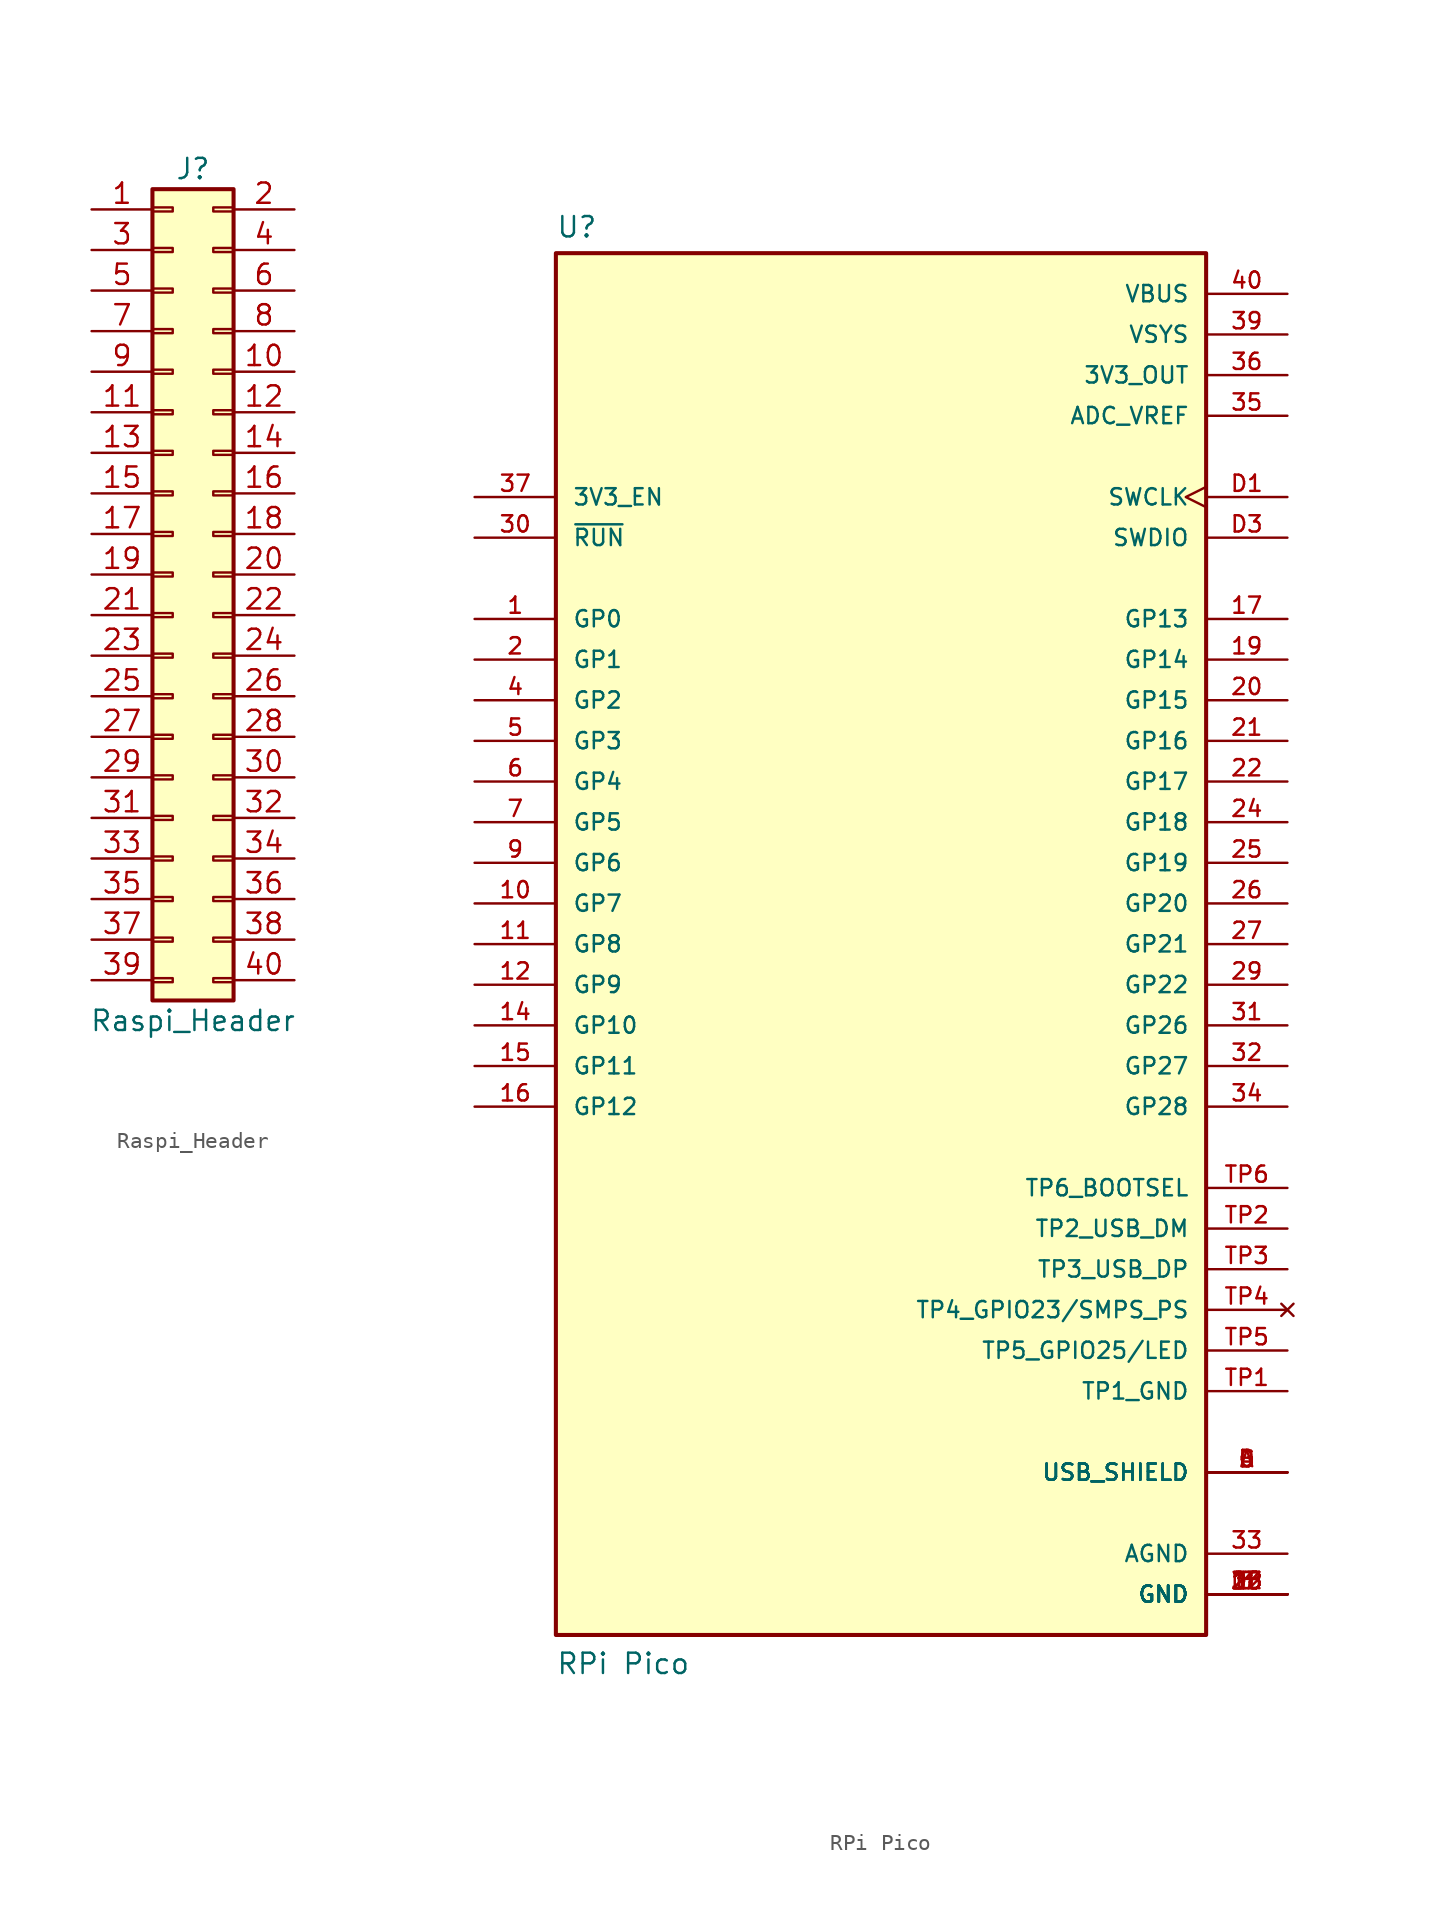
<source format=kicad_sym>
(kicad_symbol_lib
  (version 20231120)
  (generator "kicad_symbol_editor")
  (generator_version "8.0")
  (symbol "Raspi_Header"
    (pin_names
      (offset 1.016) hide)
    (property "Reference" "J"
      (at 1.27 25.4 0)
      (effects (font (size 1.27 1.27))))
    (property "Value" "Raspi_Header"
      (at 1.27 -27.94 0)
      (effects (font (size 1.27 1.27))))
    (symbol "Raspi_Header_1_1"
      (rectangle (start -1.27 -25.273) (end 0 -25.527) (stroke (width 0.152) (type default)) (fill (type none)))
      (rectangle (start -1.27 -22.733) (end 0 -22.987) (stroke (width 0.152) (type default)) (fill (type none)))
      (rectangle (start -1.27 -20.193) (end 0 -20.447) (stroke (width 0.152) (type default)) (fill (type none)))
      (rectangle (start -1.27 -17.653) (end 0 -17.907) (stroke (width 0.152) (type default)) (fill (type none)))
      (rectangle (start -1.27 -15.113) (end 0 -15.367) (stroke (width 0.152) (type default)) (fill (type none)))
      (rectangle (start -1.27 -12.573) (end 0 -12.827) (stroke (width 0.152) (type default)) (fill (type none)))
      (rectangle (start -1.27 -10.033) (end 0 -10.287) (stroke (width 0.152) (type default)) (fill (type none)))
      (rectangle (start -1.27 -7.493) (end 0 -7.747) (stroke (width 0.152) (type default)) (fill (type none)))
      (rectangle (start -1.27 -4.953) (end 0 -5.207) (stroke (width 0.152) (type default)) (fill (type none)))
      (rectangle (start -1.27 -2.413) (end 0 -2.667) (stroke (width 0.152) (type default)) (fill (type none)))
      (rectangle (start -1.27 0.127) (end 0 -0.127) (stroke (width 0.152) (type default)) (fill (type none)))
      (rectangle (start -1.27 2.667) (end 0 2.413) (stroke (width 0.152) (type default)) (fill (type none)))
      (rectangle (start -1.27 5.207) (end 0 4.953) (stroke (width 0.152) (type default)) (fill (type none)))
      (rectangle (start -1.27 7.747) (end 0 7.493) (stroke (width 0.152) (type default)) (fill (type none)))
      (rectangle (start -1.27 10.287) (end 0 10.033) (stroke (width 0.152) (type default)) (fill (type none)))
      (rectangle (start -1.27 12.827) (end 0 12.573) (stroke (width 0.152) (type default)) (fill (type none)))
      (rectangle (start -1.27 15.367) (end 0 15.113) (stroke (width 0.152) (type default)) (fill (type none)))
      (rectangle (start -1.27 17.907) (end 0 17.653) (stroke (width 0.152) (type default)) (fill (type none)))
      (rectangle (start -1.27 20.447) (end 0 20.193) (stroke (width 0.152) (type default)) (fill (type none)))
      (rectangle (start -1.27 22.987) (end 0 22.733) (stroke (width 0.152) (type default)) (fill (type none)))
      (rectangle (start -1.27 24.13) (end 3.81 -26.67) (stroke (width 0.254) (type default)) (fill (type background)))
      (rectangle (start 3.81 -25.273) (end 2.54 -25.527) (stroke (width 0.152) (type default)) (fill (type none)))
      (rectangle (start 3.81 -22.733) (end 2.54 -22.987) (stroke (width 0.152) (type default)) (fill (type none)))
      (rectangle (start 3.81 -20.193) (end 2.54 -20.447) (stroke (width 0.152) (type default)) (fill (type none)))
      (rectangle (start 3.81 -17.653) (end 2.54 -17.907) (stroke (width 0.152) (type default)) (fill (type none)))
      (rectangle (start 3.81 -15.113) (end 2.54 -15.367) (stroke (width 0.152) (type default)) (fill (type none)))
      (rectangle (start 3.81 -12.573) (end 2.54 -12.827) (stroke (width 0.152) (type default)) (fill (type none)))
      (rectangle (start 3.81 -10.033) (end 2.54 -10.287) (stroke (width 0.152) (type default)) (fill (type none)))
      (rectangle (start 3.81 -7.493) (end 2.54 -7.747) (stroke (width 0.152) (type default)) (fill (type none)))
      (rectangle (start 3.81 -4.953) (end 2.54 -5.207) (stroke (width 0.152) (type default)) (fill (type none)))
      (rectangle (start 3.81 -2.413) (end 2.54 -2.667) (stroke (width 0.152) (type default)) (fill (type none)))
      (rectangle (start 3.81 0.127) (end 2.54 -0.127) (stroke (width 0.152) (type default)) (fill (type none)))
      (rectangle (start 3.81 2.667) (end 2.54 2.413) (stroke (width 0.152) (type default)) (fill (type none)))
      (rectangle (start 3.81 5.207) (end 2.54 4.953) (stroke (width 0.152) (type default)) (fill (type none)))
      (rectangle (start 3.81 7.747) (end 2.54 7.493) (stroke (width 0.152) (type default)) (fill (type none)))
      (rectangle (start 3.81 10.287) (end 2.54 10.033) (stroke (width 0.152) (type default)) (fill (type none)))
      (rectangle (start 3.81 12.827) (end 2.54 12.573) (stroke (width 0.152) (type default)) (fill (type none)))
      (rectangle (start 3.81 15.367) (end 2.54 15.113) (stroke (width 0.152) (type default)) (fill (type none)))
      (rectangle (start 3.81 17.907) (end 2.54 17.653) (stroke (width 0.152) (type default)) (fill (type none)))
      (rectangle (start 3.81 20.447) (end 2.54 20.193) (stroke (width 0.152) (type default)) (fill (type none)))
      (rectangle (start 3.81 22.987) (end 2.54 22.733) (stroke (width 0.152) (type default)) (fill (type none)))
      (pin passive line (at -5.08 22.86 0) (length 3.81) (name "Pin_1" (effects (font (size 1.27 1.27)))) (number "1" (effects (font (size 1.27 1.27)))))
      (pin passive line (at 7.62 12.7 180) (length 3.81) (name "Pin_10" (effects (font (size 1.27 1.27)))) (number "10" (effects (font (size 1.27 1.27)))))
      (pin passive line (at -5.08 10.16 0) (length 3.81) (name "Pin_11" (effects (font (size 1.27 1.27)))) (number "11" (effects (font (size 1.27 1.27)))))
      (pin passive line (at 7.62 10.16 180) (length 3.81) (name "Pin_12" (effects (font (size 1.27 1.27)))) (number "12" (effects (font (size 1.27 1.27)))))
      (pin passive line (at -5.08 7.62 0) (length 3.81) (name "Pin_13" (effects (font (size 1.27 1.27)))) (number "13" (effects (font (size 1.27 1.27)))))
      (pin passive line (at 7.62 7.62 180) (length 3.81) (name "Pin_14" (effects (font (size 1.27 1.27)))) (number "14" (effects (font (size 1.27 1.27)))))
      (pin passive line (at -5.08 5.08 0) (length 3.81) (name "Pin_15" (effects (font (size 1.27 1.27)))) (number "15" (effects (font (size 1.27 1.27)))))
      (pin passive line (at 7.62 5.08 180) (length 3.81) (name "Pin_16" (effects (font (size 1.27 1.27)))) (number "16" (effects (font (size 1.27 1.27)))))
      (pin passive line (at -5.08 2.54 0) (length 3.81) (name "Pin_17" (effects (font (size 1.27 1.27)))) (number "17" (effects (font (size 1.27 1.27)))))
      (pin passive line (at 7.62 2.54 180) (length 3.81) (name "Pin_18" (effects (font (size 1.27 1.27)))) (number "18" (effects (font (size 1.27 1.27)))))
      (pin passive line (at -5.08 0 0) (length 3.81) (name "Pin_19" (effects (font (size 1.27 1.27)))) (number "19" (effects (font (size 1.27 1.27)))))
      (pin passive line (at 7.62 22.86 180) (length 3.81) (name "Pin_2" (effects (font (size 1.27 1.27)))) (number "2" (effects (font (size 1.27 1.27)))))
      (pin passive line (at 7.62 0 180) (length 3.81) (name "Pin_20" (effects (font (size 1.27 1.27)))) (number "20" (effects (font (size 1.27 1.27)))))
      (pin passive line (at -5.08 -2.54 0) (length 3.81) (name "Pin_21" (effects (font (size 1.27 1.27)))) (number "21" (effects (font (size 1.27 1.27)))))
      (pin passive line (at 7.62 -2.54 180) (length 3.81) (name "Pin_22" (effects (font (size 1.27 1.27)))) (number "22" (effects (font (size 1.27 1.27)))))
      (pin passive line (at -5.08 -5.08 0) (length 3.81) (name "Pin_23" (effects (font (size 1.27 1.27)))) (number "23" (effects (font (size 1.27 1.27)))))
      (pin passive line (at 7.62 -5.08 180) (length 3.81) (name "Pin_24" (effects (font (size 1.27 1.27)))) (number "24" (effects (font (size 1.27 1.27)))))
      (pin passive line (at -5.08 -7.62 0) (length 3.81) (name "Pin_25" (effects (font (size 1.27 1.27)))) (number "25" (effects (font (size 1.27 1.27)))))
      (pin passive line (at 7.62 -7.62 180) (length 3.81) (name "Pin_26" (effects (font (size 1.27 1.27)))) (number "26" (effects (font (size 1.27 1.27)))))
      (pin passive line (at -5.08 -10.16 0) (length 3.81) (name "Pin_27" (effects (font (size 1.27 1.27)))) (number "27" (effects (font (size 1.27 1.27)))))
      (pin passive line (at 7.62 -10.16 180) (length 3.81) (name "Pin_28" (effects (font (size 1.27 1.27)))) (number "28" (effects (font (size 1.27 1.27)))))
      (pin passive line (at -5.08 -12.7 0) (length 3.81) (name "Pin_29" (effects (font (size 1.27 1.27)))) (number "29" (effects (font (size 1.27 1.27)))))
      (pin passive line (at -5.08 20.32 0) (length 3.81) (name "Pin_3" (effects (font (size 1.27 1.27)))) (number "3" (effects (font (size 1.27 1.27)))))
      (pin passive line (at 7.62 -12.7 180) (length 3.81) (name "Pin_30" (effects (font (size 1.27 1.27)))) (number "30" (effects (font (size 1.27 1.27)))))
      (pin passive line (at -5.08 -15.24 0) (length 3.81) (name "Pin_31" (effects (font (size 1.27 1.27)))) (number "31" (effects (font (size 1.27 1.27)))))
      (pin passive line (at 7.62 -15.24 180) (length 3.81) (name "Pin_32" (effects (font (size 1.27 1.27)))) (number "32" (effects (font (size 1.27 1.27)))))
      (pin passive line (at -5.08 -17.78 0) (length 3.81) (name "Pin_33" (effects (font (size 1.27 1.27)))) (number "33" (effects (font (size 1.27 1.27)))))
      (pin passive line (at 7.62 -17.78 180) (length 3.81) (name "Pin_34" (effects (font (size 1.27 1.27)))) (number "34" (effects (font (size 1.27 1.27)))))
      (pin passive line (at -5.08 -20.32 0) (length 3.81) (name "Pin_35" (effects (font (size 1.27 1.27)))) (number "35" (effects (font (size 1.27 1.27)))))
      (pin passive line (at 7.62 -20.32 180) (length 3.81) (name "Pin_36" (effects (font (size 1.27 1.27)))) (number "36" (effects (font (size 1.27 1.27)))))
      (pin passive line (at -5.08 -22.86 0) (length 3.81) (name "Pin_37" (effects (font (size 1.27 1.27)))) (number "37" (effects (font (size 1.27 1.27)))))
      (pin passive line (at 7.62 -22.86 180) (length 3.81) (name "Pin_38" (effects (font (size 1.27 1.27)))) (number "38" (effects (font (size 1.27 1.27)))))
      (pin passive line (at -5.08 -25.4 0) (length 3.81) (name "Pin_39" (effects (font (size 1.27 1.27)))) (number "39" (effects (font (size 1.27 1.27)))))
      (pin passive line (at 7.62 20.32 180) (length 3.81) (name "Pin_4" (effects (font (size 1.27 1.27)))) (number "4" (effects (font (size 1.27 1.27)))))
      (pin passive line (at 7.62 -25.4 180) (length 3.81) (name "Pin_40" (effects (font (size 1.27 1.27)))) (number "40" (effects (font (size 1.27 1.27)))))
      (pin passive line (at -5.08 17.78 0) (length 3.81) (name "Pin_5" (effects (font (size 1.27 1.27)))) (number "5" (effects (font (size 1.27 1.27)))))
      (pin passive line (at 7.62 17.78 180) (length 3.81) (name "Pin_6" (effects (font (size 1.27 1.27)))) (number "6" (effects (font (size 1.27 1.27)))))
      (pin passive line (at -5.08 15.24 0) (length 3.81) (name "Pin_7" (effects (font (size 1.27 1.27)))) (number "7" (effects (font (size 1.27 1.27)))))
      (pin passive line (at 7.62 15.24 180) (length 3.81) (name "Pin_8" (effects (font (size 1.27 1.27)))) (number "8" (effects (font (size 1.27 1.27)))))
      (pin passive line (at -5.08 12.7 0) (length 3.81) (name "Pin_9" (effects (font (size 1.27 1.27)))) (number "9" (effects (font (size 1.27 1.27)))))))
  (symbol "RPi Pico"
    (pin_names
      (offset 1.016))
    (property "Reference" "U"
      (at -20.32 44.069 0)
      (effects (font (size 1.27 1.27)) (justify left bottom)))
    (property "Value" "RPi Pico"
      (at -20.32 -45.72 0)
      (effects (font (size 1.27 1.27)) (justify left bottom)))
    (symbol "RPi Pico_0_0"
      (rectangle (start -20.32 43.18) (end 20.32 -43.18) (stroke (width 0.254) (type default)) (fill (type background)))
      (pin bidirectional line (at -25.4 20.32 0) (length 5.08) (name "GP0" (effects (font (size 1.016 1.016)))) (number "1" (effects (font (size 1.016 1.016)))))
      (pin bidirectional line (at -25.4 2.54 0) (length 5.08) (name "GP7" (effects (font (size 1.016 1.016)))) (number "10" (effects (font (size 1.016 1.016)))))
      (pin bidirectional line (at -25.4 0 0) (length 5.08) (name "GP8" (effects (font (size 1.016 1.016)))) (number "11" (effects (font (size 1.016 1.016)))))
      (pin bidirectional line (at -25.4 -2.54 0) (length 5.08) (name "GP9" (effects (font (size 1.016 1.016)))) (number "12" (effects (font (size 1.016 1.016)))))
      (pin power_in line (at 25.4 -40.64 180) (length 5.08) (name "GND" (effects (font (size 1.016 1.016)))) (number "13" (effects (font (size 1.016 1.016)))))
      (pin bidirectional line (at -25.4 -5.08 0) (length 5.08) (name "GP10" (effects (font (size 1.016 1.016)))) (number "14" (effects (font (size 1.016 1.016)))))
      (pin bidirectional line (at -25.4 -7.62 0) (length 5.08) (name "GP11" (effects (font (size 1.016 1.016)))) (number "15" (effects (font (size 1.016 1.016)))))
      (pin bidirectional line (at -25.4 -10.16 0) (length 5.08) (name "GP12" (effects (font (size 1.016 1.016)))) (number "16" (effects (font (size 1.016 1.016)))))
      (pin bidirectional line (at 25.4 20.32 180) (length 5.08) (name "GP13" (effects (font (size 1.016 1.016)))) (number "17" (effects (font (size 1.016 1.016)))))
      (pin power_in line (at 25.4 -40.64 180) (length 5.08) (name "GND" (effects (font (size 1.016 1.016)))) (number "18" (effects (font (size 1.016 1.016)))))
      (pin bidirectional line (at 25.4 17.78 180) (length 5.08) (name "GP14" (effects (font (size 1.016 1.016)))) (number "19" (effects (font (size 1.016 1.016)))))
      (pin bidirectional line (at -25.4 17.78 0) (length 5.08) (name "GP1" (effects (font (size 1.016 1.016)))) (number "2" (effects (font (size 1.016 1.016)))))
      (pin bidirectional line (at 25.4 15.24 180) (length 5.08) (name "GP15" (effects (font (size 1.016 1.016)))) (number "20" (effects (font (size 1.016 1.016)))))
      (pin bidirectional line (at 25.4 12.7 180) (length 5.08) (name "GP16" (effects (font (size 1.016 1.016)))) (number "21" (effects (font (size 1.016 1.016)))))
      (pin bidirectional line (at 25.4 10.16 180) (length 5.08) (name "GP17" (effects (font (size 1.016 1.016)))) (number "22" (effects (font (size 1.016 1.016)))))
      (pin power_in line (at 25.4 -40.64 180) (length 5.08) (name "GND" (effects (font (size 1.016 1.016)))) (number "23" (effects (font (size 1.016 1.016)))))
      (pin bidirectional line (at 25.4 7.62 180) (length 5.08) (name "GP18" (effects (font (size 1.016 1.016)))) (number "24" (effects (font (size 1.016 1.016)))))
      (pin bidirectional line (at 25.4 5.08 180) (length 5.08) (name "GP19" (effects (font (size 1.016 1.016)))) (number "25" (effects (font (size 1.016 1.016)))))
      (pin bidirectional line (at 25.4 2.54 180) (length 5.08) (name "GP20" (effects (font (size 1.016 1.016)))) (number "26" (effects (font (size 1.016 1.016)))))
      (pin bidirectional line (at 25.4 0 180) (length 5.08) (name "GP21" (effects (font (size 1.016 1.016)))) (number "27" (effects (font (size 1.016 1.016)))))
      (pin power_in line (at 25.4 -40.64 180) (length 5.08) (name "GND" (effects (font (size 1.016 1.016)))) (number "28" (effects (font (size 1.016 1.016)))))
      (pin bidirectional line (at 25.4 -2.54 180) (length 5.08) (name "GP22" (effects (font (size 1.016 1.016)))) (number "29" (effects (font (size 1.016 1.016)))))
      (pin power_in line (at 25.4 -40.64 180) (length 5.08) (name "GND" (effects (font (size 1.016 1.016)))) (number "3" (effects (font (size 1.016 1.016)))))
      (pin input line (at -25.4 25.4 0) (length 5.08) (name "~{RUN}" (effects (font (size 1.016 1.016)))) (number "30" (effects (font (size 1.016 1.016)))))
      (pin bidirectional line (at 25.4 -5.08 180) (length 5.08) (name "GP26" (effects (font (size 1.016 1.016)))) (number "31" (effects (font (size 1.016 1.016)))))
      (pin bidirectional line (at 25.4 -7.62 180) (length 5.08) (name "GP27" (effects (font (size 1.016 1.016)))) (number "32" (effects (font (size 1.016 1.016)))))
      (pin power_in line (at 25.4 -38.1 180) (length 5.08) (name "AGND" (effects (font (size 1.016 1.016)))) (number "33" (effects (font (size 1.016 1.016)))))
      (pin bidirectional line (at 25.4 -10.16 180) (length 5.08) (name "GP28" (effects (font (size 1.016 1.016)))) (number "34" (effects (font (size 1.016 1.016)))))
      (pin power_in line (at 25.4 33.02 180) (length 5.08) (name "ADC_VREF" (effects (font (size 1.016 1.016)))) (number "35" (effects (font (size 1.016 1.016)))))
      (pin power_in line (at 25.4 35.56 180) (length 5.08) (name "3V3_OUT" (effects (font (size 1.016 1.016)))) (number "36" (effects (font (size 1.016 1.016)))))
      (pin input line (at -25.4 27.94 0) (length 5.08) (name "3V3_EN" (effects (font (size 1.016 1.016)))) (number "37" (effects (font (size 1.016 1.016)))))
      (pin power_in line (at 25.4 -40.64 180) (length 5.08) (name "GND" (effects (font (size 1.016 1.016)))) (number "38" (effects (font (size 1.016 1.016)))))
      (pin power_in line (at 25.4 38.1 180) (length 5.08) (name "VSYS" (effects (font (size 1.016 1.016)))) (number "39" (effects (font (size 1.016 1.016)))))
      (pin bidirectional line (at -25.4 15.24 0) (length 5.08) (name "GP2" (effects (font (size 1.016 1.016)))) (number "4" (effects (font (size 1.016 1.016)))))
      (pin power_in line (at 25.4 40.64 180) (length 5.08) (name "VBUS" (effects (font (size 1.016 1.016)))) (number "40" (effects (font (size 1.016 1.016)))))
      (pin bidirectional line (at -25.4 12.7 0) (length 5.08) (name "GP3" (effects (font (size 1.016 1.016)))) (number "5" (effects (font (size 1.016 1.016)))))
      (pin bidirectional line (at -25.4 10.16 0) (length 5.08) (name "GP4" (effects (font (size 1.016 1.016)))) (number "6" (effects (font (size 1.016 1.016)))))
      (pin bidirectional line (at -25.4 7.62 0) (length 5.08) (name "GP5" (effects (font (size 1.016 1.016)))) (number "7" (effects (font (size 1.016 1.016)))))
      (pin power_in line (at 25.4 -40.64 180) (length 5.08) (name "GND" (effects (font (size 1.016 1.016)))) (number "8" (effects (font (size 1.016 1.016)))))
      (pin bidirectional line (at -25.4 5.08 0) (length 5.08) (name "GP6" (effects (font (size 1.016 1.016)))) (number "9" (effects (font (size 1.016 1.016)))))
      (pin power_in line (at 25.4 -33.02 180) (length 5.08) (name "USB_SHIELD" (effects (font (size 1.016 1.016)))) (number "A" (effects (font (size 1.016 1.016)))))
      (pin power_in line (at 25.4 -33.02 180) (length 5.08) (name "USB_SHIELD" (effects (font (size 1.016 1.016)))) (number "B" (effects (font (size 1.016 1.016)))))
      (pin power_in line (at 25.4 -33.02 180) (length 5.08) (name "USB_SHIELD" (effects (font (size 1.016 1.016)))) (number "C" (effects (font (size 1.016 1.016)))))
      (pin power_in line (at 25.4 -33.02 180) (length 5.08) (name "USB_SHIELD" (effects (font (size 1.016 1.016)))) (number "D" (effects (font (size 1.016 1.016)))))
      (pin input clock (at 25.4 27.94 180) (length 5.08) (name "SWCLK" (effects (font (size 1.016 1.016)))) (number "D1" (effects (font (size 1.016 1.016)))))
      (pin power_in line (at 25.4 -40.64 180) (length 5.08) (name "GND" (effects (font (size 1.016 1.016)))) (number "D2" (effects (font (size 1.016 1.016)))))
      (pin bidirectional line (at 25.4 25.4 180) (length 5.08) (name "SWDIO" (effects (font (size 1.016 1.016)))) (number "D3" (effects (font (size 1.016 1.016)))))
      (pin power_in line (at 25.4 -27.94 180) (length 5.08) (name "TP1_GND" (effects (font (size 1.016 1.016)))) (number "TP1" (effects (font (size 1.016 1.016)))))
      (pin bidirectional line (at 25.4 -17.78 180) (length 5.08) (name "TP2_USB_DM" (effects (font (size 1.016 1.016)))) (number "TP2" (effects (font (size 1.016 1.016)))))
      (pin bidirectional line (at 25.4 -20.32 180) (length 5.08) (name "TP3_USB_DP" (effects (font (size 1.016 1.016)))) (number "TP3" (effects (font (size 1.016 1.016)))))
      (pin no_connect line (at 25.4 -22.86 180) (length 5.08) (name "TP4_GPIO23/SMPS_PS" (effects (font (size 1.016 1.016)))) (number "TP4" (effects (font (size 1.016 1.016)))))
      (pin output line (at 25.4 -25.4 180) (length 5.08) (name "TP5_GPIO25/LED" (effects (font (size 1.016 1.016)))) (number "TP5" (effects (font (size 1.016 1.016)))))
      (pin input line (at 25.4 -15.24 180) (length 5.08) (name "TP6_BOOTSEL" (effects (font (size 1.016 1.016)))) (number "TP6" (effects (font (size 1.016 1.016))))))))
</source>
